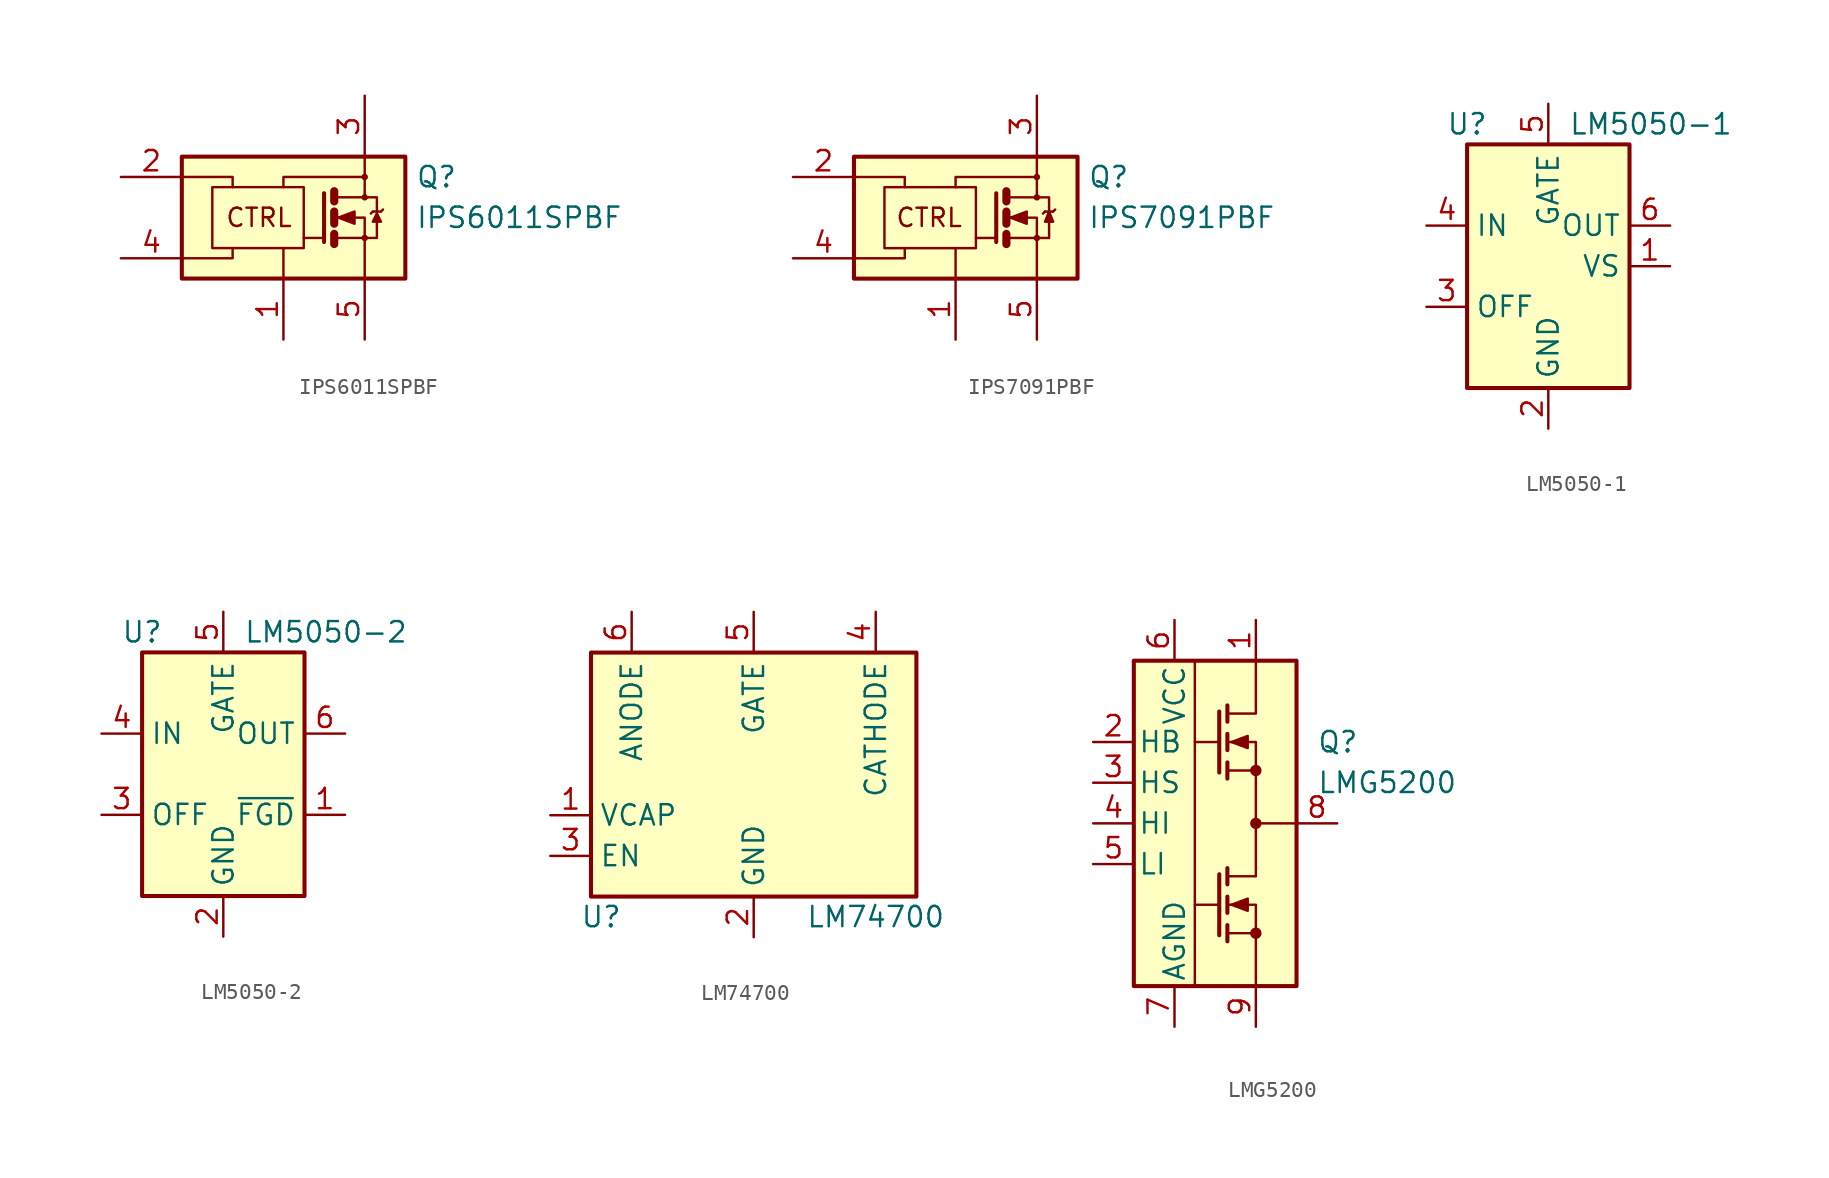
<source format=kicad_sym>
(kicad_symbol_lib
  (version 20220914)
  (generator kicad_symbol_editor)
  (symbol "IPS6011SPBF"
    (pin_names
      (offset 0) hide)
    (property "Reference" "Q"
      (at 8.255 2.54 0)
      (effects (font (size 1.27 1.27)) (justify left)))
    (property "Value" "IPS6011SPBF"
      (at 8.255 0 0)
      (effects (font (size 1.27 1.27)) (justify left)))
    (symbol "IPS6011SPBF_0_0"
      (rectangle (start -6.35 3.81) (end 7.62 -3.81) (stroke (width 0.254) (type default)) (fill (type background)))
      (polyline (pts (xy 0 -3.81) (xy 0 -1.905)) (stroke (width 0) (type default)) (fill (type none)))
      (polyline (pts (xy -6.35 -2.54) (xy -3.175 -2.54) (xy -3.175 -1.905)) (stroke (width 0) (type default)) (fill (type none)))
      (polyline (pts (xy -6.35 2.54) (xy -3.175 2.54) (xy -3.175 1.905)) (stroke (width 0) (type default)) (fill (type none)))
      (polyline (pts (xy 0 1.905) (xy 0 2.54) (xy 5.08 2.54)) (stroke (width 0) (type default)) (fill (type none)))
      (circle (center 5.08 2.54) (radius 0.127) (stroke (width 0) (type default)) (fill (type none)))
      (text "CTRL" (at -1.524 0 0) (effects (font (size 1.143 1.143)))))
    (symbol "IPS6011SPBF_0_1"
      (rectangle (start -4.445 1.905) (end 1.27 -1.905) (stroke (width 0) (type default)) (fill (type none)))
      (polyline (pts (xy 2.54 -1.27) (xy 1.27 -1.27)) (stroke (width 0) (type default)) (fill (type none)))
      (polyline (pts (xy 3.175 -1.016) (xy 3.175 -1.651)) (stroke (width 0.508) (type default)) (fill (type none)))
      (polyline (pts (xy 3.175 0.381) (xy 3.175 -0.381)) (stroke (width 0.508) (type default)) (fill (type none)))
      (polyline (pts (xy 3.175 1.651) (xy 3.175 1.016)) (stroke (width 0.508) (type default)) (fill (type none)))
      (polyline (pts (xy 5.588 0.381) (xy 5.461 0.254)) (stroke (width 0) (type default)) (fill (type none)))
      (polyline (pts (xy 5.588 0.381) (xy 6.096 0.381)) (stroke (width 0) (type default)) (fill (type none)))
      (polyline (pts (xy 6.096 0.381) (xy 6.223 0.508)) (stroke (width 0) (type default)) (fill (type none)))
      (polyline (pts (xy 2.54 1.524) (xy 2.54 -1.524) (xy 2.54 -1.524)) (stroke (width 0.254) (type default)) (fill (type none)))
      (polyline (pts (xy 3.302 -1.27) (xy 5.08 -1.27) (xy 5.08 -3.81)) (stroke (width 0) (type default)) (fill (type none)))
      (polyline (pts (xy 3.302 0) (xy 5.08 0) (xy 5.08 -1.27)) (stroke (width 0) (type default)) (fill (type none)))
      (polyline (pts (xy 3.302 1.27) (xy 5.08 1.27) (xy 5.08 3.81) (xy 5.08 2.54)) (stroke (width 0) (type default)) (fill (type none)))
      (polyline (pts (xy 5.08 -1.27) (xy 5.842 -1.27) (xy 5.842 1.27) (xy 5.08 1.27)) (stroke (width 0) (type default)) (fill (type none)))
      (polyline (pts (xy 5.842 0.254) (xy 5.588 -0.254) (xy 6.096 -0.254) (xy 5.842 0.254)) (stroke (width 0) (type default)) (fill (type outline)))
      (polyline (pts (xy 3.429 0) (xy 4.445 0.381) (xy 4.445 -0.381) (xy 3.429 0) (xy 3.556 0) (xy 3.556 0)) (stroke (width 0) (type default)) (fill (type outline)))
      (circle (center 5.08 -1.27) (radius 0.127) (stroke (width 0) (type default)) (fill (type none)))
      (circle (center 5.08 1.27) (radius 0.127) (stroke (width 0) (type default)) (fill (type none))))
    (symbol "IPS6011SPBF_1_1"
      (pin power_in line (at 0 -7.62 90) (length 3.81) (name "GND" (effects (font (size 1.27 1.27)))) (number "1" (effects (font (size 1.27 1.27)))))
      (pin input line (at -10.16 2.54 0) (length 3.81) (name "IN" (effects (font (size 1.27 1.27)))) (number "2" (effects (font (size 1.27 1.27)))))
      (pin power_in line (at 5.08 7.62 270) (length 3.81) (name "VCC" (effects (font (size 1.27 1.27)))) (number "3" (effects (font (size 1.27 1.27)))))
      (pin bidirectional line (at -10.16 -2.54 0) (length 3.81) (name "DG" (effects (font (size 1.27 1.27)))) (number "4" (effects (font (size 1.27 1.27)))))
      (pin output line (at 5.08 -7.62 90) (length 3.81) (name "OUT" (effects (font (size 1.27 1.27)))) (number "5" (effects (font (size 1.27 1.27)))))))
  (symbol "IPS7091PBF"
    (pin_names
      (offset 0) hide)
    (property "Reference" "Q"
      (at 8.255 2.54 0)
      (effects (font (size 1.27 1.27)) (justify left)))
    (property "Value" "IPS7091PBF"
      (at 8.255 0 0)
      (effects (font (size 1.27 1.27)) (justify left)))
    (symbol "IPS7091PBF_0_0"
      (rectangle (start -6.35 3.81) (end 7.62 -3.81) (stroke (width 0.254) (type default)) (fill (type background)))
      (polyline (pts (xy 0 -3.81) (xy 0 -1.905)) (stroke (width 0) (type default)) (fill (type none)))
      (polyline (pts (xy -6.35 -2.54) (xy -3.175 -2.54) (xy -3.175 -1.905)) (stroke (width 0) (type default)) (fill (type none)))
      (polyline (pts (xy -6.35 2.54) (xy -3.175 2.54) (xy -3.175 1.905)) (stroke (width 0) (type default)) (fill (type none)))
      (polyline (pts (xy 0 1.905) (xy 0 2.54) (xy 5.08 2.54)) (stroke (width 0) (type default)) (fill (type none)))
      (circle (center 5.08 2.54) (radius 0.127) (stroke (width 0) (type default)) (fill (type none)))
      (text "CTRL" (at -1.651 0 0) (effects (font (size 1.143 1.143)))))
    (symbol "IPS7091PBF_0_1"
      (rectangle (start -4.445 1.905) (end 1.27 -1.905) (stroke (width 0) (type default)) (fill (type none)))
      (polyline (pts (xy 2.54 -1.27) (xy 1.27 -1.27)) (stroke (width 0) (type default)) (fill (type none)))
      (polyline (pts (xy 3.175 -1.016) (xy 3.175 -1.651)) (stroke (width 0.508) (type default)) (fill (type none)))
      (polyline (pts (xy 3.175 0.381) (xy 3.175 -0.381)) (stroke (width 0.508) (type default)) (fill (type none)))
      (polyline (pts (xy 3.175 1.651) (xy 3.175 1.016)) (stroke (width 0.508) (type default)) (fill (type none)))
      (polyline (pts (xy 5.588 0.381) (xy 5.461 0.254)) (stroke (width 0) (type default)) (fill (type none)))
      (polyline (pts (xy 5.588 0.381) (xy 6.096 0.381)) (stroke (width 0) (type default)) (fill (type none)))
      (polyline (pts (xy 6.096 0.381) (xy 6.223 0.508)) (stroke (width 0) (type default)) (fill (type none)))
      (polyline (pts (xy 2.54 1.524) (xy 2.54 -1.524) (xy 2.54 -1.524)) (stroke (width 0.254) (type default)) (fill (type none)))
      (polyline (pts (xy 3.302 0) (xy 5.08 0) (xy 5.08 -3.81)) (stroke (width 0) (type default)) (fill (type none)))
      (polyline (pts (xy 5.08 3.81) (xy 5.08 1.27) (xy 3.302 1.27)) (stroke (width 0) (type default)) (fill (type none)))
      (polyline (pts (xy 3.302 -1.27) (xy 5.842 -1.27) (xy 5.842 1.27) (xy 5.08 1.27)) (stroke (width 0) (type default)) (fill (type none)))
      (polyline (pts (xy 5.842 0.381) (xy 5.588 -0.254) (xy 6.096 -0.254) (xy 5.842 0.381)) (stroke (width 0) (type default)) (fill (type outline)))
      (polyline (pts (xy 3.429 0) (xy 4.445 0.381) (xy 4.445 -0.381) (xy 3.429 0) (xy 3.556 0) (xy 3.556 0)) (stroke (width 0) (type default)) (fill (type outline)))
      (circle (center 5.08 -1.27) (radius 0.127) (stroke (width 0) (type default)) (fill (type none)))
      (circle (center 5.08 1.27) (radius 0.127) (stroke (width 0) (type default)) (fill (type none))))
    (symbol "IPS7091PBF_1_1"
      (pin power_in line (at 0 -7.62 90) (length 3.81) (name "GND" (effects (font (size 1.27 1.27)))) (number "1" (effects (font (size 1.27 1.27)))))
      (pin input line (at -10.16 2.54 0) (length 3.81) (name "IN" (effects (font (size 1.27 1.27)))) (number "2" (effects (font (size 1.27 1.27)))))
      (pin power_in line (at 5.08 7.62 270) (length 3.81) (name "VCC" (effects (font (size 1.27 1.27)))) (number "3" (effects (font (size 1.27 1.27)))))
      (pin bidirectional line (at -10.16 -2.54 0) (length 3.81) (name "DG" (effects (font (size 1.27 1.27)))) (number "4" (effects (font (size 1.27 1.27)))))
      (pin output line (at 5.08 -7.62 90) (length 3.81) (name "OUT" (effects (font (size 1.27 1.27)))) (number "5" (effects (font (size 1.27 1.27)))))))
  (symbol "LM5050-1"
    (property "Reference" "U"
      (at -5.08 8.89 0)
      (effects (font (size 1.27 1.27))))
    (property "Value" "LM5050-1"
      (at 1.27 8.89 0)
      (effects (font (size 1.27 1.27)) (justify left)))
    (symbol "LM5050-1_0_1"
      (rectangle (start -5.08 7.62) (end 5.08 -7.62) (stroke (width 0.254) (type default)) (fill (type background))))
    (symbol "LM5050-1_1_1"
      (pin passive line (at 7.62 0 180) (length 2.54) (name "VS" (effects (font (size 1.27 1.27)))) (number "1" (effects (font (size 1.27 1.27)))))
      (pin power_in line (at 0 -10.16 90) (length 2.54) (name "GND" (effects (font (size 1.27 1.27)))) (number "2" (effects (font (size 1.27 1.27)))))
      (pin input line (at -7.62 -2.54 0) (length 2.54) (name "OFF" (effects (font (size 1.27 1.27)))) (number "3" (effects (font (size 1.27 1.27)))))
      (pin input line (at -7.62 2.54 0) (length 2.54) (name "IN" (effects (font (size 1.27 1.27)))) (number "4" (effects (font (size 1.27 1.27)))))
      (pin output line (at 0 10.16 270) (length 2.54) (name "GATE" (effects (font (size 1.27 1.27)))) (number "5" (effects (font (size 1.27 1.27)))))
      (pin input line (at 7.62 2.54 180) (length 2.54) (name "OUT" (effects (font (size 1.27 1.27)))) (number "6" (effects (font (size 1.27 1.27)))))))
  (symbol "LM5050-2"
    (property "Reference" "U"
      (at -5.08 8.89 0)
      (effects (font (size 1.27 1.27))))
    (property "Value" "LM5050-2"
      (at 1.27 8.89 0)
      (effects (font (size 1.27 1.27)) (justify left)))
    (symbol "LM5050-2_0_1"
      (rectangle (start -5.08 7.62) (end 5.08 -7.62) (stroke (width 0.254) (type default)) (fill (type background))))
    (symbol "LM5050-2_1_1"
      (pin open_collector line (at 7.62 -2.54 180) (length 2.54) (name "~{FGD}" (effects (font (size 1.27 1.27)))) (number "1" (effects (font (size 1.27 1.27)))))
      (pin power_in line (at 0 -10.16 90) (length 2.54) (name "GND" (effects (font (size 1.27 1.27)))) (number "2" (effects (font (size 1.27 1.27)))))
      (pin input line (at -7.62 -2.54 0) (length 2.54) (name "OFF" (effects (font (size 1.27 1.27)))) (number "3" (effects (font (size 1.27 1.27)))))
      (pin input line (at -7.62 2.54 0) (length 2.54) (name "IN" (effects (font (size 1.27 1.27)))) (number "4" (effects (font (size 1.27 1.27)))))
      (pin output line (at 0 10.16 270) (length 2.54) (name "GATE" (effects (font (size 1.27 1.27)))) (number "5" (effects (font (size 1.27 1.27)))))
      (pin input line (at 7.62 2.54 180) (length 2.54) (name "OUT" (effects (font (size 1.27 1.27)))) (number "6" (effects (font (size 1.27 1.27)))))))
  (symbol "LM74700"
    (property "Reference" "U"
      (at -9.525 -8.89 0)
      (effects (font (size 1.27 1.27))))
    (property "Value" "LM74700"
      (at 7.62 -8.89 0)
      (effects (font (size 1.27 1.27))))
    (symbol "LM74700_0_1"
      (rectangle (start -10.16 7.62) (end 10.16 -7.62) (stroke (width 0.254) (type default)) (fill (type background))))
    (symbol "LM74700_1_1"
      (pin passive line (at -12.7 -2.54 0) (length 2.54) (name "VCAP" (effects (font (size 1.27 1.27)))) (number "1" (effects (font (size 1.27 1.27)))))
      (pin power_in line (at 0 -10.16 90) (length 2.54) (name "GND" (effects (font (size 1.27 1.27)))) (number "2" (effects (font (size 1.27 1.27)))))
      (pin input line (at -12.7 -5.08 0) (length 2.54) (name "EN" (effects (font (size 1.27 1.27)))) (number "3" (effects (font (size 1.27 1.27)))))
      (pin input line (at 7.62 10.16 270) (length 2.54) (name "CATHODE" (effects (font (size 1.27 1.27)))) (number "4" (effects (font (size 1.27 1.27)))))
      (pin output line (at 0 10.16 270) (length 2.54) (name "GATE" (effects (font (size 1.27 1.27)))) (number "5" (effects (font (size 1.27 1.27)))))
      (pin power_in line (at -7.62 10.16 270) (length 2.54) (name "ANODE" (effects (font (size 1.27 1.27)))) (number "6" (effects (font (size 1.27 1.27)))))))
  (symbol "LMG5200"
    (pin_names
      (offset 0.254))
    (property "Reference" "Q"
      (at 6.35 5.08 0)
      (effects (font (size 1.27 1.27)) (justify left)))
    (property "Value" "LMG5200"
      (at 6.35 2.54 0)
      (effects (font (size 1.27 1.27)) (justify left)))
    (symbol "LMG5200_0_1"
      (rectangle (start -5.08 10.16) (end 5.08 -10.16) (stroke (width 0.254) (type default)) (fill (type background)))
      (polyline (pts (xy -1.27 -5.08) (xy 0.254 -5.08)) (stroke (width 0) (type default)) (fill (type none)))
      (polyline (pts (xy -1.27 5.08) (xy 0.254 5.08)) (stroke (width 0) (type default)) (fill (type none)))
      (polyline (pts (xy -1.27 10.16) (xy -1.27 -10.16)) (stroke (width 0) (type default)) (fill (type none)))
      (polyline (pts (xy 0.762 -6.858) (xy 2.54 -6.858)) (stroke (width 0) (type default)) (fill (type none)))
      (polyline (pts (xy 0.762 -6.35) (xy 0.762 -7.366)) (stroke (width 0.254) (type default)) (fill (type none)))
      (polyline (pts (xy 0.762 -4.572) (xy 0.762 -5.588)) (stroke (width 0.254) (type default)) (fill (type none)))
      (polyline (pts (xy 0.762 -2.794) (xy 0.762 -3.81)) (stroke (width 0.254) (type default)) (fill (type none)))
      (polyline (pts (xy 0.762 3.302) (xy 2.54 3.302)) (stroke (width 0) (type default)) (fill (type none)))
      (polyline (pts (xy 0.762 3.81) (xy 0.762 2.794)) (stroke (width 0.254) (type default)) (fill (type none)))
      (polyline (pts (xy 0.762 5.588) (xy 0.762 4.572)) (stroke (width 0.254) (type default)) (fill (type none)))
      (polyline (pts (xy 0.762 7.366) (xy 0.762 6.35)) (stroke (width 0.254) (type default)) (fill (type none)))
      (polyline (pts (xy 5.08 0) (xy 2.54 0)) (stroke (width 0) (type default)) (fill (type none)))
      (polyline (pts (xy 0.254 -3.175) (xy 0.254 -6.985) (xy 0.254 -6.985)) (stroke (width 0.254) (type default)) (fill (type none)))
      (polyline (pts (xy 0.254 6.985) (xy 0.254 3.175) (xy 0.254 3.175)) (stroke (width 0.254) (type default)) (fill (type none)))
      (polyline (pts (xy 0.762 6.858) (xy 2.54 6.858) (xy 2.54 10.16)) (stroke (width 0) (type default)) (fill (type none)))
      (polyline (pts (xy 2.54 -10.16) (xy 2.54 -5.08) (xy 0.762 -5.08)) (stroke (width 0) (type default)) (fill (type none)))
      (polyline (pts (xy 0.762 5.08) (xy 2.54 5.08) (xy 2.54 -3.302) (xy 0.762 -3.302)) (stroke (width 0) (type default)) (fill (type none)))
      (polyline (pts (xy 1.016 -5.08) (xy 2.032 -4.699) (xy 2.032 -5.461) (xy 1.016 -5.08)) (stroke (width 0) (type default)) (fill (type outline)))
      (polyline (pts (xy 1.016 5.08) (xy 2.032 5.461) (xy 2.032 4.699) (xy 1.016 5.08)) (stroke (width 0) (type default)) (fill (type outline)))
      (circle (center 2.54 -6.858) (radius 0.279) (stroke (width 0) (type default)) (fill (type outline)))
      (circle (center 2.54 0) (radius 0.279) (stroke (width 0) (type default)) (fill (type outline)))
      (circle (center 2.54 3.302) (radius 0.279) (stroke (width 0) (type default)) (fill (type outline))))
    (symbol "LMG5200_1_1"
      (pin passive line (at 2.54 12.7 270) (length 2.54) (name "~" (effects (font (size 1.27 1.27)))) (number "1" (effects (font (size 1.27 1.27)))))
      (pin passive line (at -7.62 5.08 0) (length 2.54) (name "HB" (effects (font (size 1.27 1.27)))) (number "2" (effects (font (size 1.27 1.27)))))
      (pin passive line (at -7.62 2.54 0) (length 2.54) (name "HS" (effects (font (size 1.27 1.27)))) (number "3" (effects (font (size 1.27 1.27)))))
      (pin input line (at -7.62 0 0) (length 2.54) (name "HI" (effects (font (size 1.27 1.27)))) (number "4" (effects (font (size 1.27 1.27)))))
      (pin input line (at -7.62 -2.54 0) (length 2.54) (name "LI" (effects (font (size 1.27 1.27)))) (number "5" (effects (font (size 1.27 1.27)))))
      (pin power_in line (at -2.54 12.7 270) (length 2.54) (name "VCC" (effects (font (size 1.27 1.27)))) (number "6" (effects (font (size 1.27 1.27)))))
      (pin power_in line (at -2.54 -12.7 90) (length 2.54) (name "AGND" (effects (font (size 1.27 1.27)))) (number "7" (effects (font (size 1.27 1.27)))))
      (pin passive line (at 7.62 0 180) (length 2.54) (name "~" (effects (font (size 1.27 1.27)))) (number "8" (effects (font (size 1.27 1.27)))))
      (pin passive line (at 2.54 -12.7 90) (length 2.54) (name "~" (effects (font (size 1.27 1.27)))) (number "9" (effects (font (size 1.27 1.27))))))))
</source>
